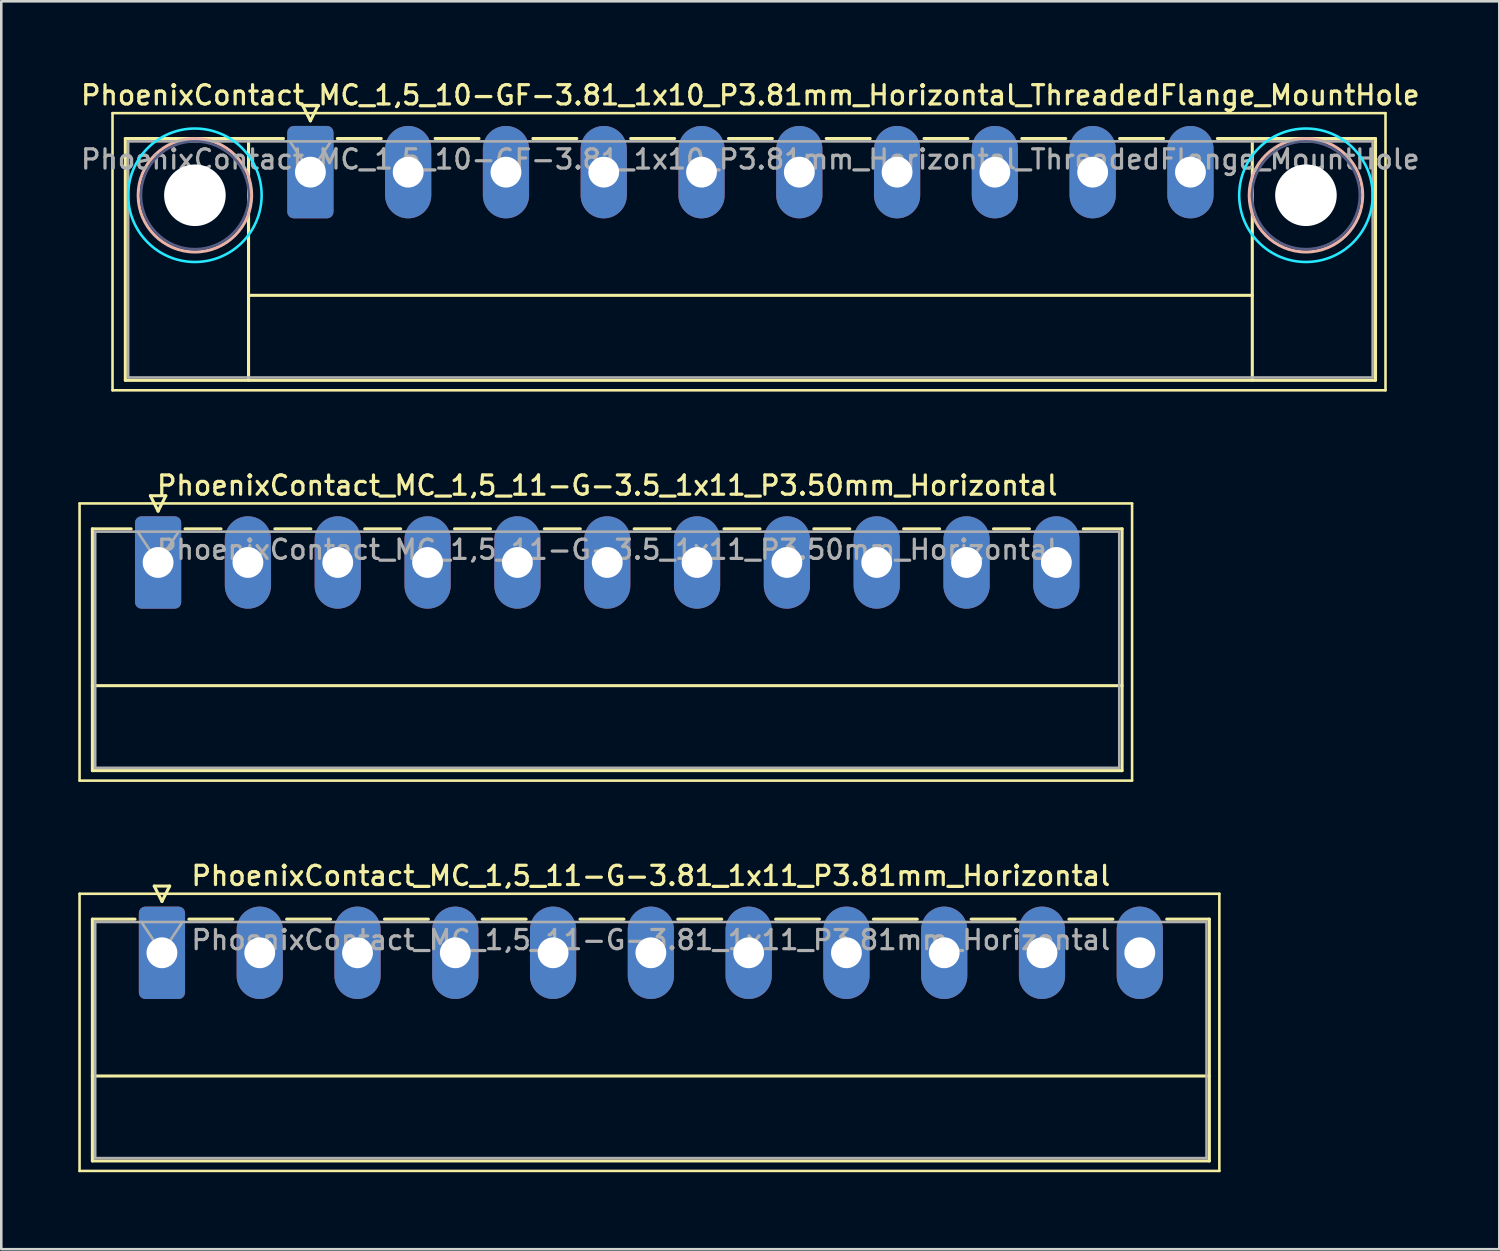
<source format=kicad_pcb>
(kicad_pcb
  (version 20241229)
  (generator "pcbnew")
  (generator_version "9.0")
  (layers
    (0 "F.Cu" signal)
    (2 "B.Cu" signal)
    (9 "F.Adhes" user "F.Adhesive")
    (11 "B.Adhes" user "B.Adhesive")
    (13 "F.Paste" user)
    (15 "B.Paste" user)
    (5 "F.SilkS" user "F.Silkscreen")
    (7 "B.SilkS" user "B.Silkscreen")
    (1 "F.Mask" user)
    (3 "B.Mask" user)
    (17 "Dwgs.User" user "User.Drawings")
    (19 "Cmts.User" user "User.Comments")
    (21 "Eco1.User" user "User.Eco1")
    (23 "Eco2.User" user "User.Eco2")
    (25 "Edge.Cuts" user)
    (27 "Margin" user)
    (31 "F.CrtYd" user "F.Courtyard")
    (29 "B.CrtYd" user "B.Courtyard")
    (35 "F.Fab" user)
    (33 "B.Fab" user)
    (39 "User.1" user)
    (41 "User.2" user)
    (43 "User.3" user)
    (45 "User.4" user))
  (footprint "PhoenixContact_MC_1,5_10-GF-3.81_1x10_P3.81mm_Horizontal_ThreadedFlange_MountHole"
    (layer "F.Cu")
    (at 9.044 3.658)
    (property "Reference" "PhoenixContact_MC_1,5_10-GF-3.81_1x10_P3.81mm_Horizontal_ThreadedFlange_MountHole" (at 17.14 -3 0) (layer "F.SilkS") (effects (font (size 0.75 0.75) (thickness 0.125))))
    (attr through_hole)
    (fp_line (start -7.71 -2.3) (end -7.71 8.5) (stroke (width 0.1) (type solid)) (layer "F.SilkS"))
    (fp_line (start -7.71 8.5) (end 41.89 8.5) (stroke (width 0.1) (type solid)) (layer "F.SilkS"))
    (fp_line (start -7.21 -1.31) (end -7.21 8.11) (stroke (width 0.12) (type solid)) (layer "F.SilkS"))
    (fp_line (start -7.21 -1.31) (end -1.05 -1.31) (stroke (width 0.12) (type solid)) (layer "F.SilkS"))
    (fp_line (start -7.21 8.11) (end 41.5 8.11) (stroke (width 0.12) (type solid)) (layer "F.SilkS"))
    (fp_line (start -2.41 -1.31) (end -2.41 8.11) (stroke (width 0.12) (type solid)) (layer "F.SilkS"))
    (fp_line (start -2.41 4.8) (end 36.7 4.8) (stroke (width 0.12) (type solid)) (layer "F.SilkS"))
    (fp_line (start -0.3 -2.6) (end 0.3 -2.6) (stroke (width 0.12) (type solid)) (layer "F.SilkS"))
    (fp_line (start 0 -2) (end -0.3 -2.6) (stroke (width 0.12) (type solid)) (layer "F.SilkS"))
    (fp_line (start 0.3 -2.6) (end 0 -2) (stroke (width 0.12) (type solid)) (layer "F.SilkS"))
    (fp_line (start 1.05 -1.31) (end 2.76 -1.31) (stroke (width 0.12) (type solid)) (layer "F.SilkS"))
    (fp_line (start 4.86 -1.31) (end 6.57 -1.31) (stroke (width 0.12) (type solid)) (layer "F.SilkS"))
    (fp_line (start 8.67 -1.31) (end 10.38 -1.31) (stroke (width 0.12) (type solid)) (layer "F.SilkS"))
    (fp_line (start 12.48 -1.31) (end 14.19 -1.31) (stroke (width 0.12) (type solid)) (layer "F.SilkS"))
    (fp_line (start 16.29 -1.31) (end 18 -1.31) (stroke (width 0.12) (type solid)) (layer "F.SilkS"))
    (fp_line (start 20.1 -1.31) (end 21.81 -1.31) (stroke (width 0.12) (type solid)) (layer "F.SilkS"))
    (fp_line (start 23.91 -1.31) (end 25.62 -1.31) (stroke (width 0.12) (type solid)) (layer "F.SilkS"))
    (fp_line (start 27.72 -1.31) (end 29.43 -1.31) (stroke (width 0.12) (type solid)) (layer "F.SilkS"))
    (fp_line (start 31.53 -1.31) (end 33.24 -1.31) (stroke (width 0.12) (type solid)) (layer "F.SilkS"))
    (fp_line (start 36.7 -1.31) (end 36.7 8.11) (stroke (width 0.12) (type solid)) (layer "F.SilkS"))
    (fp_line (start 41.5 -1.31) (end 35.34 -1.31) (stroke (width 0.12) (type solid)) (layer "F.SilkS"))
    (fp_line (start 41.5 8.11) (end 41.5 -1.31) (stroke (width 0.12) (type solid)) (layer "F.SilkS"))
    (fp_line (start 41.89 -2.3) (end -7.71 -2.3) (stroke (width 0.1) (type solid)) (layer "F.SilkS"))
    (fp_line (start 41.89 8.5) (end 41.89 -2.3) (stroke (width 0.1) (type solid)) (layer "F.SilkS"))
    (fp_circle (center -4.5 0.9) (end -2.29 0.9) (stroke (width 0.12) (type solid)) (fill no) (layer "B.SilkS"))
    (fp_circle (center 38.79 0.9) (end 41 0.9) (stroke (width 0.12) (type solid)) (fill no) (layer "B.SilkS"))
    (fp_circle (center -4.5 0.9) (end -1.9 0.9) (stroke (width 0.1) (type solid)) (fill no) (layer "B.CrtYd"))
    (fp_circle (center 38.79 0.9) (end 41.39 0.9) (stroke (width 0.1) (type solid)) (fill no) (layer "B.CrtYd"))
    (fp_circle (center -4.5 0.9) (end -2.4 0.9) (stroke (width 0.1) (type solid)) (fill no) (layer "B.Fab"))
    (fp_circle (center 38.79 0.9) (end 40.89 0.9) (stroke (width 0.1) (type solid)) (fill no) (layer "B.Fab"))
    (fp_line (start -7.1 -1.2) (end -7.1 8) (stroke (width 0.1) (type solid)) (layer "F.Fab"))
    (fp_line (start -7.1 8) (end 41.39 8) (stroke (width 0.1) (type solid)) (layer "F.Fab"))
    (fp_line (start 0 0) (end -0.8 -1.2) (stroke (width 0.1) (type solid)) (layer "F.Fab"))
    (fp_line (start 0.8 -1.2) (end 0 0) (stroke (width 0.1) (type solid)) (layer "F.Fab"))
    (fp_line (start 41.39 -1.2) (end -7.1 -1.2) (stroke (width 0.1) (type solid)) (layer "F.Fab"))
    (fp_line (start 41.39 8) (end 41.39 -1.2) (stroke (width 0.1) (type solid)) (layer "F.Fab"))
    (fp_text user "${REFERENCE}" (at 17.14 -0.5 0) (layer "F.Fab") (effects (font (size 0.75 0.75) (thickness 0.125))))
    (pad "" np_thru_hole circle (at -4.5 0.9) (size 2.4 2.4) (drill 2.4) (layers "*.Cu" "*.Mask"))
    (pad "" np_thru_hole circle (at 38.79 0.9) (size 2.4 2.4) (drill 2.4) (layers "*.Cu" "*.Mask"))
    (pad "1" thru_hole roundrect (at 0 0) (size 1.8 3.6) (drill 1.2) (layers "*.Cu" "*.Mask") (roundrect_rratio 0.139))
    (pad "2" thru_hole oval (at 3.81 0) (size 1.8 3.6) (drill 1.2) (layers "*.Cu" "*.Mask"))
    (pad "3" thru_hole oval (at 7.62 0) (size 1.8 3.6) (drill 1.2) (layers "*.Cu" "*.Mask"))
    (pad "4" thru_hole oval (at 11.43 0) (size 1.8 3.6) (drill 1.2) (layers "*.Cu" "*.Mask"))
    (pad "5" thru_hole oval (at 15.24 0) (size 1.8 3.6) (drill 1.2) (layers "*.Cu" "*.Mask"))
    (pad "6" thru_hole oval (at 19.05 0) (size 1.8 3.6) (drill 1.2) (layers "*.Cu" "*.Mask"))
    (pad "7" thru_hole oval (at 22.86 0) (size 1.8 3.6) (drill 1.2) (layers "*.Cu" "*.Mask"))
    (pad "8" thru_hole oval (at 26.67 0) (size 1.8 3.6) (drill 1.2) (layers "*.Cu" "*.Mask"))
    (pad "9" thru_hole oval (at 30.48 0) (size 1.8 3.6) (drill 1.2) (layers "*.Cu" "*.Mask"))
    (pad "10" thru_hole oval (at 34.29 0) (size 1.8 3.6) (drill 1.2) (layers "*.Cu" "*.Mask")))
  (footprint "PhoenixContact_MC_1,5_11-G-3.81_1x11_P3.81mm_Horizontal"
    (layer "F.Cu")
    (at 3.26 34.074)
    (property "Reference" "PhoenixContact_MC_1,5_11-G-3.81_1x11_P3.81mm_Horizontal" (at 19.05 -3 0) (layer "F.SilkS") (effects (font (size 0.75 0.75) (thickness 0.125))))
    (attr through_hole)
    (fp_line (start -3.21 -2.3) (end -3.21 8.5) (stroke (width 0.1) (type solid)) (layer "F.SilkS"))
    (fp_line (start -3.21 8.5) (end 41.2 8.5) (stroke (width 0.1) (type solid)) (layer "F.SilkS"))
    (fp_line (start -2.71 -1.31) (end -2.71 8.11) (stroke (width 0.12) (type solid)) (layer "F.SilkS"))
    (fp_line (start -2.71 -1.31) (end -1.05 -1.31) (stroke (width 0.12) (type solid)) (layer "F.SilkS"))
    (fp_line (start -2.71 4.8) (end 40.81 4.8) (stroke (width 0.12) (type solid)) (layer "F.SilkS"))
    (fp_line (start -2.71 8.11) (end 40.81 8.11) (stroke (width 0.12) (type solid)) (layer "F.SilkS"))
    (fp_line (start -0.3 -2.6) (end 0.3 -2.6) (stroke (width 0.12) (type solid)) (layer "F.SilkS"))
    (fp_line (start 0 -2) (end -0.3 -2.6) (stroke (width 0.12) (type solid)) (layer "F.SilkS"))
    (fp_line (start 0.3 -2.6) (end 0 -2) (stroke (width 0.12) (type solid)) (layer "F.SilkS"))
    (fp_line (start 1.05 -1.31) (end 2.76 -1.31) (stroke (width 0.12) (type solid)) (layer "F.SilkS"))
    (fp_line (start 4.86 -1.31) (end 6.57 -1.31) (stroke (width 0.12) (type solid)) (layer "F.SilkS"))
    (fp_line (start 8.67 -1.31) (end 10.38 -1.31) (stroke (width 0.12) (type solid)) (layer "F.SilkS"))
    (fp_line (start 12.48 -1.31) (end 14.19 -1.31) (stroke (width 0.12) (type solid)) (layer "F.SilkS"))
    (fp_line (start 16.29 -1.31) (end 18 -1.31) (stroke (width 0.12) (type solid)) (layer "F.SilkS"))
    (fp_line (start 20.1 -1.31) (end 21.81 -1.31) (stroke (width 0.12) (type solid)) (layer "F.SilkS"))
    (fp_line (start 23.91 -1.31) (end 25.62 -1.31) (stroke (width 0.12) (type solid)) (layer "F.SilkS"))
    (fp_line (start 27.72 -1.31) (end 29.43 -1.31) (stroke (width 0.12) (type solid)) (layer "F.SilkS"))
    (fp_line (start 31.53 -1.31) (end 33.24 -1.31) (stroke (width 0.12) (type solid)) (layer "F.SilkS"))
    (fp_line (start 35.34 -1.31) (end 37.05 -1.31) (stroke (width 0.12) (type solid)) (layer "F.SilkS"))
    (fp_line (start 40.81 -1.31) (end 39.15 -1.31) (stroke (width 0.12) (type solid)) (layer "F.SilkS"))
    (fp_line (start 40.81 8.11) (end 40.81 -1.31) (stroke (width 0.12) (type solid)) (layer "F.SilkS"))
    (fp_line (start 41.2 -2.3) (end -3.21 -2.3) (stroke (width 0.1) (type solid)) (layer "F.SilkS"))
    (fp_line (start 41.2 8.5) (end 41.2 -2.3) (stroke (width 0.1) (type solid)) (layer "F.SilkS"))
    (fp_line (start -2.6 -1.2) (end -2.6 8) (stroke (width 0.1) (type solid)) (layer "F.Fab"))
    (fp_line (start -2.6 8) (end 40.7 8) (stroke (width 0.1) (type solid)) (layer "F.Fab"))
    (fp_line (start 0 0) (end -0.8 -1.2) (stroke (width 0.1) (type solid)) (layer "F.Fab"))
    (fp_line (start 0.8 -1.2) (end 0 0) (stroke (width 0.1) (type solid)) (layer "F.Fab"))
    (fp_line (start 40.7 -1.2) (end -2.6 -1.2) (stroke (width 0.1) (type solid)) (layer "F.Fab"))
    (fp_line (start 40.7 8) (end 40.7 -1.2) (stroke (width 0.1) (type solid)) (layer "F.Fab"))
    (fp_text user "${REFERENCE}" (at 19.05 -0.5 0) (layer "F.Fab") (effects (font (size 0.75 0.75) (thickness 0.125))))
    (pad "1" thru_hole roundrect (at 0 0) (size 1.8 3.6) (drill 1.2) (layers "*.Cu" "*.Mask") (roundrect_rratio 0.139))
    (pad "2" thru_hole oval (at 3.81 0) (size 1.8 3.6) (drill 1.2) (layers "*.Cu" "*.Mask"))
    (pad "3" thru_hole oval (at 7.62 0) (size 1.8 3.6) (drill 1.2) (layers "*.Cu" "*.Mask"))
    (pad "4" thru_hole oval (at 11.43 0) (size 1.8 3.6) (drill 1.2) (layers "*.Cu" "*.Mask"))
    (pad "5" thru_hole oval (at 15.24 0) (size 1.8 3.6) (drill 1.2) (layers "*.Cu" "*.Mask"))
    (pad "6" thru_hole oval (at 19.05 0) (size 1.8 3.6) (drill 1.2) (layers "*.Cu" "*.Mask"))
    (pad "7" thru_hole oval (at 22.86 0) (size 1.8 3.6) (drill 1.2) (layers "*.Cu" "*.Mask"))
    (pad "8" thru_hole oval (at 26.67 0) (size 1.8 3.6) (drill 1.2) (layers "*.Cu" "*.Mask"))
    (pad "9" thru_hole oval (at 30.48 0) (size 1.8 3.6) (drill 1.2) (layers "*.Cu" "*.Mask"))
    (pad "10" thru_hole oval (at 34.29 0) (size 1.8 3.6) (drill 1.2) (layers "*.Cu" "*.Mask"))
    (pad "11" thru_hole oval (at 38.1 0) (size 1.8 3.6) (drill 1.2) (layers "*.Cu" "*.Mask")))
  (footprint "PhoenixContact_MC_1,5_11-G-3.5_1x11_P3.50mm_Horizontal"
    (layer "F.Cu")
    (at 3.11 18.866)
    (property "Reference" "PhoenixContact_MC_1,5_11-G-3.5_1x11_P3.50mm_Horizontal" (at 17.5 -3 0) (layer "F.SilkS") (effects (font (size 0.75 0.75) (thickness 0.125))))
    (attr through_hole)
    (fp_line (start -3.06 -2.3) (end -3.06 8.5) (stroke (width 0.1) (type solid)) (layer "F.SilkS"))
    (fp_line (start -3.06 8.5) (end 37.95 8.5) (stroke (width 0.1) (type solid)) (layer "F.SilkS"))
    (fp_line (start -2.56 -1.31) (end -2.56 8.11) (stroke (width 0.12) (type solid)) (layer "F.SilkS"))
    (fp_line (start -2.56 -1.31) (end -1.05 -1.31) (stroke (width 0.12) (type solid)) (layer "F.SilkS"))
    (fp_line (start -2.56 4.8) (end 37.56 4.8) (stroke (width 0.12) (type solid)) (layer "F.SilkS"))
    (fp_line (start -2.56 8.11) (end 37.56 8.11) (stroke (width 0.12) (type solid)) (layer "F.SilkS"))
    (fp_line (start -0.3 -2.6) (end 0.3 -2.6) (stroke (width 0.12) (type solid)) (layer "F.SilkS"))
    (fp_line (start 0 -2) (end -0.3 -2.6) (stroke (width 0.12) (type solid)) (layer "F.SilkS"))
    (fp_line (start 0.3 -2.6) (end 0 -2) (stroke (width 0.12) (type solid)) (layer "F.SilkS"))
    (fp_line (start 1.05 -1.31) (end 2.45 -1.31) (stroke (width 0.12) (type solid)) (layer "F.SilkS"))
    (fp_line (start 4.55 -1.31) (end 5.95 -1.31) (stroke (width 0.12) (type solid)) (layer "F.SilkS"))
    (fp_line (start 8.05 -1.31) (end 9.45 -1.31) (stroke (width 0.12) (type solid)) (layer "F.SilkS"))
    (fp_line (start 11.55 -1.31) (end 12.95 -1.31) (stroke (width 0.12) (type solid)) (layer "F.SilkS"))
    (fp_line (start 15.05 -1.31) (end 16.45 -1.31) (stroke (width 0.12) (type solid)) (layer "F.SilkS"))
    (fp_line (start 18.55 -1.31) (end 19.95 -1.31) (stroke (width 0.12) (type solid)) (layer "F.SilkS"))
    (fp_line (start 22.05 -1.31) (end 23.45 -1.31) (stroke (width 0.12) (type solid)) (layer "F.SilkS"))
    (fp_line (start 25.55 -1.31) (end 26.95 -1.31) (stroke (width 0.12) (type solid)) (layer "F.SilkS"))
    (fp_line (start 29.05 -1.31) (end 30.45 -1.31) (stroke (width 0.12) (type solid)) (layer "F.SilkS"))
    (fp_line (start 32.55 -1.31) (end 33.95 -1.31) (stroke (width 0.12) (type solid)) (layer "F.SilkS"))
    (fp_line (start 37.56 -1.31) (end 36.05 -1.31) (stroke (width 0.12) (type solid)) (layer "F.SilkS"))
    (fp_line (start 37.56 8.11) (end 37.56 -1.31) (stroke (width 0.12) (type solid)) (layer "F.SilkS"))
    (fp_line (start 37.95 -2.3) (end -3.06 -2.3) (stroke (width 0.1) (type solid)) (layer "F.SilkS"))
    (fp_line (start 37.95 8.5) (end 37.95 -2.3) (stroke (width 0.1) (type solid)) (layer "F.SilkS"))
    (fp_line (start -2.45 -1.2) (end -2.45 8) (stroke (width 0.1) (type solid)) (layer "F.Fab"))
    (fp_line (start -2.45 8) (end 37.45 8) (stroke (width 0.1) (type solid)) (layer "F.Fab"))
    (fp_line (start 0 0) (end -0.8 -1.2) (stroke (width 0.1) (type solid)) (layer "F.Fab"))
    (fp_line (start 0.8 -1.2) (end 0 0) (stroke (width 0.1) (type solid)) (layer "F.Fab"))
    (fp_line (start 37.45 -1.2) (end -2.45 -1.2) (stroke (width 0.1) (type solid)) (layer "F.Fab"))
    (fp_line (start 37.45 8) (end 37.45 -1.2) (stroke (width 0.1) (type solid)) (layer "F.Fab"))
    (fp_text user "${REFERENCE}" (at 17.5 -0.5 0) (layer "F.Fab") (effects (font (size 0.75 0.75) (thickness 0.125))))
    (pad "1" thru_hole roundrect (at 0 0) (size 1.8 3.6) (drill 1.2) (layers "*.Cu" "*.Mask") (roundrect_rratio 0.139))
    (pad "2" thru_hole oval (at 3.5 0) (size 1.8 3.6) (drill 1.2) (layers "*.Cu" "*.Mask"))
    (pad "3" thru_hole oval (at 7 0) (size 1.8 3.6) (drill 1.2) (layers "*.Cu" "*.Mask"))
    (pad "4" thru_hole oval (at 10.5 0) (size 1.8 3.6) (drill 1.2) (layers "*.Cu" "*.Mask"))
    (pad "5" thru_hole oval (at 14 0) (size 1.8 3.6) (drill 1.2) (layers "*.Cu" "*.Mask"))
    (pad "6" thru_hole oval (at 17.5 0) (size 1.8 3.6) (drill 1.2) (layers "*.Cu" "*.Mask"))
    (pad "7" thru_hole oval (at 21 0) (size 1.8 3.6) (drill 1.2) (layers "*.Cu" "*.Mask"))
    (pad "8" thru_hole oval (at 24.5 0) (size 1.8 3.6) (drill 1.2) (layers "*.Cu" "*.Mask"))
    (pad "9" thru_hole oval (at 28 0) (size 1.8 3.6) (drill 1.2) (layers "*.Cu" "*.Mask"))
    (pad "10" thru_hole oval (at 31.5 0) (size 1.8 3.6) (drill 1.2) (layers "*.Cu" "*.Mask"))
    (pad "11" thru_hole oval (at 35 0) (size 1.8 3.6) (drill 1.2) (layers "*.Cu" "*.Mask")))
  (gr_rect
    (start -3 -3)
    (end 55.368 45.624)
    (stroke (width 0.1) (type default))
    (fill no)
    (layer "Edge.Cuts")))
</source>
